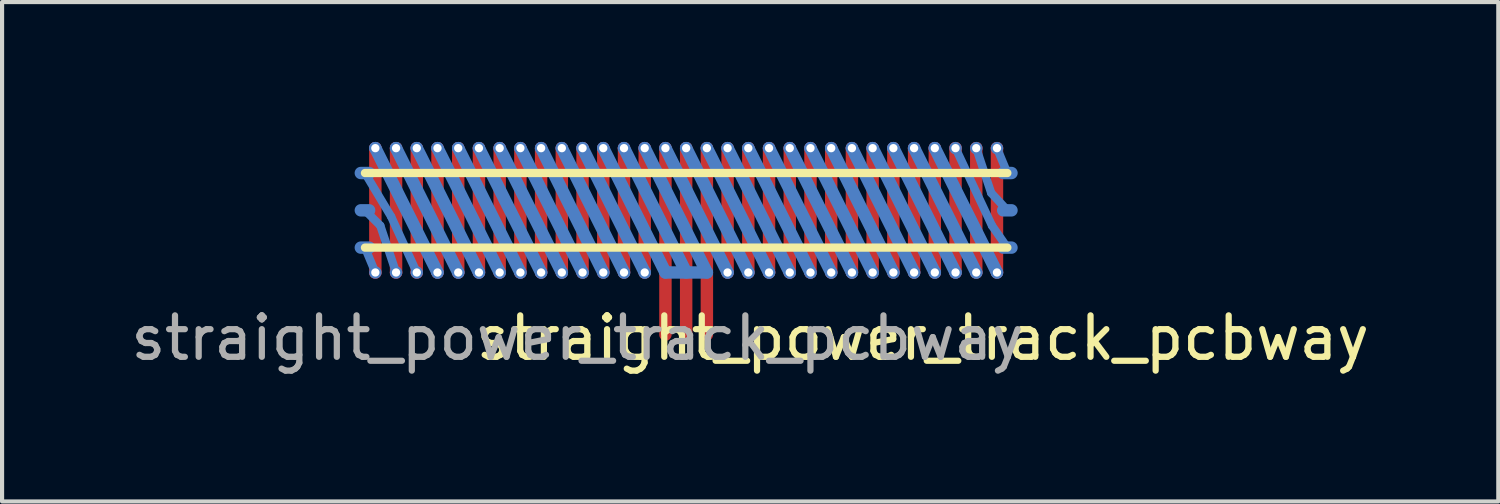
<source format=kicad_pcb>
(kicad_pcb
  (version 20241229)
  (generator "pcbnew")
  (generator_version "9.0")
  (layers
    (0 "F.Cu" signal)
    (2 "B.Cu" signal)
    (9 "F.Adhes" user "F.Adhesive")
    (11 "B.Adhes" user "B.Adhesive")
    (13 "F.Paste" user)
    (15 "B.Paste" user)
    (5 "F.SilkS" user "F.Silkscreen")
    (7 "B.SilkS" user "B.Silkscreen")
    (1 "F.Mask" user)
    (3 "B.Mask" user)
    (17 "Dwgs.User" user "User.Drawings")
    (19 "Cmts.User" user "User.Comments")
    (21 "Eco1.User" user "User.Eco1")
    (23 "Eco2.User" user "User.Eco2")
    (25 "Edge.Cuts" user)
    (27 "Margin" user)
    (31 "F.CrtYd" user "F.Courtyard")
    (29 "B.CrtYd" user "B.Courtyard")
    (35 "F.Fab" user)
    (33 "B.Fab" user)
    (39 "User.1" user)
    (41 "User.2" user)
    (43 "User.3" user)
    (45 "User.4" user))
  (footprint "straight_power_track_pcbway"
    (layer "F.Cu")
    (at 13.507 2.025)
    (property "Reference" "straight_power_track_pcbway" (at 5.71 3.08 0) (unlocked yes) (layer "F.SilkS") (effects (font (size 1 1) (thickness 0.15))))
    (attr smd)
    (fp_line (start -7.5 -1.5) (end -7.5 1.5) (stroke (width 0.3) (type solid)) (layer "F.Cu"))
    (fp_line (start -7 -1.5) (end -7 1.5) (stroke (width 0.3) (type solid)) (layer "F.Cu"))
    (fp_line (start -6.5 -1.5) (end -6.5 1.5) (stroke (width 0.3) (type solid)) (layer "F.Cu"))
    (fp_line (start -6 -1.5) (end -6 1.5) (stroke (width 0.3) (type solid)) (layer "F.Cu"))
    (fp_line (start -5.5 -1.5) (end -5.5 1.5) (stroke (width 0.3) (type solid)) (layer "F.Cu"))
    (fp_line (start -5 -1.5) (end -5 1.5) (stroke (width 0.3) (type solid)) (layer "F.Cu"))
    (fp_line (start -4.5 -1.5) (end -4.5 1.5) (stroke (width 0.3) (type solid)) (layer "F.Cu"))
    (fp_line (start -4 -1.5) (end -4 1.5) (stroke (width 0.3) (type solid)) (layer "F.Cu"))
    (fp_line (start -3.5 -1.5) (end -3.5 1.5) (stroke (width 0.3) (type solid)) (layer "F.Cu"))
    (fp_line (start -3 -1.5) (end -3 1.5) (stroke (width 0.3) (type solid)) (layer "F.Cu"))
    (fp_line (start -2.5 -1.5) (end -2.5 1.5) (stroke (width 0.3) (type solid)) (layer "F.Cu"))
    (fp_line (start -2 -1.5) (end -2 1.5) (stroke (width 0.3) (type solid)) (layer "F.Cu"))
    (fp_line (start -1.5 -1.5) (end -1.5 1.5) (stroke (width 0.3) (type solid)) (layer "F.Cu"))
    (fp_line (start -1 -1.5) (end -1 1.5) (stroke (width 0.3) (type solid)) (layer "F.Cu"))
    (fp_line (start -0.5 -1.5) (end -0.5 3) (stroke (width 0.3) (type solid)) (layer "F.Cu"))
    (fp_line (start 0 -1.5) (end 0 3) (stroke (width 0.3) (type solid)) (layer "F.Cu"))
    (fp_line (start 0.5 -1.5) (end 0.5 3) (stroke (width 0.3) (type solid)) (layer "F.Cu"))
    (fp_line (start 1 -1.5) (end 1 1.5) (stroke (width 0.3) (type solid)) (layer "F.Cu"))
    (fp_line (start 1.5 -1.5) (end 1.5 1.5) (stroke (width 0.3) (type solid)) (layer "F.Cu"))
    (fp_line (start 2 -1.5) (end 2 1.5) (stroke (width 0.3) (type solid)) (layer "F.Cu"))
    (fp_line (start 2.5 -1.5) (end 2.5 1.5) (stroke (width 0.3) (type solid)) (layer "F.Cu"))
    (fp_line (start 3 -1.5) (end 3 1.5) (stroke (width 0.3) (type solid)) (layer "F.Cu"))
    (fp_line (start 3.5 -1.5) (end 3.5 1.5) (stroke (width 0.3) (type solid)) (layer "F.Cu"))
    (fp_line (start 4 -1.5) (end 4 1.5) (stroke (width 0.3) (type solid)) (layer "F.Cu"))
    (fp_line (start 4.5 -1.5) (end 4.5 1.5) (stroke (width 0.3) (type solid)) (layer "F.Cu"))
    (fp_line (start 5 -1.5) (end 5 1.5) (stroke (width 0.3) (type solid)) (layer "F.Cu"))
    (fp_line (start 5.5 -1.5) (end 5.5 1.5) (stroke (width 0.3) (type solid)) (layer "F.Cu"))
    (fp_line (start 6 -1.5) (end 6 1.5) (stroke (width 0.3) (type solid)) (layer "F.Cu"))
    (fp_line (start 6.5 -1.5) (end 6.5 1.5) (stroke (width 0.3) (type solid)) (layer "F.Cu"))
    (fp_line (start 7 -1.5) (end 7 1.5) (stroke (width 0.3) (type solid)) (layer "F.Cu"))
    (fp_line (start 7.5 -1.5) (end 7.5 1.5) (stroke (width 0.3) (type solid)) (layer "F.Cu"))
    (fp_line (start -7.75 -0.9) (end -7.12 0.15) (stroke (width 0.2) (type default)) (layer "B.Cu"))
    (fp_line (start -7.75 0.9) (end -7.5 1.5) (stroke (width 0.2) (type default)) (layer "B.Cu"))
    (fp_line (start -7.5 -1.5) (end -6 1.5) (stroke (width 0.3) (type solid)) (layer "B.Cu"))
    (fp_line (start -7.38 0.37) (end -7.75 0) (stroke (width 0.2) (type default)) (layer "B.Cu"))
    (fp_line (start -7.12 0.15) (end -6.5 1.5) (stroke (width 0.2) (type default)) (layer "B.Cu"))
    (fp_line (start -7 -1.5) (end -5.5 1.5) (stroke (width 0.3) (type solid)) (layer "B.Cu"))
    (fp_line (start -7 1.5) (end -7.38 0.37) (stroke (width 0.2) (type default)) (layer "B.Cu"))
    (fp_line (start -6.5 -1.5) (end -5 1.5) (stroke (width 0.3) (type solid)) (layer "B.Cu"))
    (fp_line (start -6 -1.5) (end -4.5 1.5) (stroke (width 0.3) (type solid)) (layer "B.Cu"))
    (fp_line (start -5.5 -1.5) (end -4 1.5) (stroke (width 0.3) (type solid)) (layer "B.Cu"))
    (fp_line (start -5 -1.5) (end -3.5 1.5) (stroke (width 0.3) (type solid)) (layer "B.Cu"))
    (fp_line (start -4.5 -1.5) (end -3 1.5) (stroke (width 0.3) (type solid)) (layer "B.Cu"))
    (fp_line (start -4 -1.5) (end -2.5 1.5) (stroke (width 0.3) (type solid)) (layer "B.Cu"))
    (fp_line (start -3.5 -1.5) (end -2 1.5) (stroke (width 0.3) (type solid)) (layer "B.Cu"))
    (fp_line (start -3 -1.5) (end -1.5 1.5) (stroke (width 0.3) (type solid)) (layer "B.Cu"))
    (fp_line (start -2.5 -1.5) (end -1 1.5) (stroke (width 0.3) (type solid)) (layer "B.Cu"))
    (fp_line (start -2 -1.5) (end -0.5 1.5) (stroke (width 0.3) (type solid)) (layer "B.Cu"))
    (fp_line (start -1.5 -1.5) (end 0 1.5) (stroke (width 0.3) (type solid)) (layer "B.Cu"))
    (fp_line (start -1 -1.5) (end 0.5 1.5) (stroke (width 0.3) (type solid)) (layer "B.Cu"))
    (fp_line (start -0.5 -1.5) (end 1 1.5) (stroke (width 0.3) (type solid)) (layer "B.Cu"))
    (fp_line (start -0.5 1.5) (end 0.5 1.5) (stroke (width 0.3) (type solid)) (layer "B.Cu"))
    (fp_line (start 0 -1.5) (end 1.5 1.5) (stroke (width 0.3) (type solid)) (layer "B.Cu"))
    (fp_line (start 0.5 -1.5) (end 2 1.5) (stroke (width 0.3) (type solid)) (layer "B.Cu"))
    (fp_line (start 1 -1.5) (end 2.5 1.5) (stroke (width 0.3) (type solid)) (layer "B.Cu"))
    (fp_line (start 1.5 -1.5) (end 3 1.5) (stroke (width 0.3) (type solid)) (layer "B.Cu"))
    (fp_line (start 2 -1.5) (end 3.5 1.5) (stroke (width 0.3) (type solid)) (layer "B.Cu"))
    (fp_line (start 2.5 -1.5) (end 4 1.5) (stroke (width 0.3) (type solid)) (layer "B.Cu"))
    (fp_line (start 3 -1.5) (end 4.5 1.5) (stroke (width 0.3) (type solid)) (layer "B.Cu"))
    (fp_line (start 3.5 -1.5) (end 5 1.5) (stroke (width 0.3) (type solid)) (layer "B.Cu"))
    (fp_line (start 4 -1.5) (end 5.5 1.5) (stroke (width 0.3) (type solid)) (layer "B.Cu"))
    (fp_line (start 4.5 -1.5) (end 6 1.5) (stroke (width 0.3) (type solid)) (layer "B.Cu"))
    (fp_line (start 5 -1.5) (end 6.5 1.5) (stroke (width 0.3) (type solid)) (layer "B.Cu"))
    (fp_line (start 5.5 -1.5) (end 7 1.5) (stroke (width 0.3) (type solid)) (layer "B.Cu"))
    (fp_line (start 6 -1.5) (end 7.5 1.5) (stroke (width 0.3) (type solid)) (layer "B.Cu"))
    (fp_line (start 6.5 -1.5) (end 7.38 0.37) (stroke (width 0.2) (type default)) (layer "B.Cu"))
    (fp_line (start 7 -1.5) (end 7.36 -0.42) (stroke (width 0.2) (type default)) (layer "B.Cu"))
    (fp_line (start 7.36 -0.42) (end 7.75 0) (stroke (width 0.2) (type default)) (layer "B.Cu"))
    (fp_line (start 7.38 0.37) (end 7.75 0.9) (stroke (width 0.2) (type default)) (layer "B.Cu"))
    (fp_line (start 7.5 -1.5) (end 7.75 -0.9) (stroke (width 0.2) (type default)) (layer "B.Cu"))
    (fp_line (start -7.75 -0.9) (end 7.75 -0.9) (stroke (width 0.2) (type solid)) (layer "F.SilkS"))
    (fp_line (start -7.75 0.9) (end 7.75 0.9) (stroke (width 0.2) (type solid)) (layer "F.SilkS"))
    (fp_rect (start -7.75 -2) (end 7.75 2) (stroke (width 0.05) (type solid)) (fill no) (layer "User.1"))
    (fp_rect (start -2 2) (end 2 4) (stroke (width 0.05) (type solid)) (fill no) (layer "User.1"))
    (fp_line (start -9 -1.5) (end -7.5 1.5) (stroke (width 0.3) (type solid)) (layer "User.4"))
    (fp_line (start -8.5 -1.5) (end -7 1.5) (stroke (width 0.3) (type solid)) (layer "User.4"))
    (fp_line (start -8 -1.5) (end -6.5 1.5) (stroke (width 0.3) (type solid)) (layer "User.4"))
    (fp_line (start 6.5 -1.5) (end 8 1.5) (stroke (width 0.3) (type solid)) (layer "User.4"))
    (fp_line (start 7 -1.5) (end 8.5 1.5) (stroke (width 0.3) (type solid)) (layer "User.4"))
    (fp_line (start 7.5 -1.5) (end 9 1.5) (stroke (width 0.3) (type solid)) (layer "User.4"))
    (fp_text user "${REFERENCE}" (at -2.62 3.08 0) (unlocked yes) (layer "F.Fab") (effects (font (size 1 1) (thickness 0.15))))
    (pad "1" smd oval (at -7.75 -0.9 90) (size 0.3 0.5) (layers "B.Cu" "B.Mask" "B.Paste"))
    (pad "1" thru_hole circle (at -6.5 -1.5) (size 0.3 0.3) (drill 0.2) (layers "*.Cu"))
    (pad "1" thru_hole circle (at -6.5 1.5) (size 0.3 0.3) (drill 0.2) (layers "*.Cu"))
    (pad "1" thru_hole circle (at -5 -1.5) (size 0.3 0.3) (drill 0.2) (layers "*.Cu"))
    (pad "1" thru_hole circle (at -5 1.5) (size 0.3 0.3) (drill 0.2) (layers "*.Cu"))
    (pad "1" thru_hole circle (at -3.5 -1.5) (size 0.3 0.3) (drill 0.2) (layers "*.Cu"))
    (pad "1" thru_hole circle (at -3.5 1.5) (size 0.3 0.3) (drill 0.2) (layers "*.Cu"))
    (pad "1" thru_hole circle (at -2 -1.5) (size 0.3 0.3) (drill 0.2) (layers "*.Cu"))
    (pad "1" thru_hole circle (at -2 1.5) (size 0.3 0.3) (drill 0.2) (layers "*.Cu"))
    (pad "1" thru_hole circle (at -0.5 -1.5) (size 0.3 0.3) (drill 0.2) (layers "*.Cu"))
    (pad "1" thru_hole circle (at 1 -1.5) (size 0.3 0.3) (drill 0.2) (layers "*.Cu"))
    (pad "1" thru_hole circle (at 1 1.5) (size 0.3 0.3) (drill 0.2) (layers "*.Cu"))
    (pad "1" thru_hole circle (at 2.5 -1.5) (size 0.3 0.3) (drill 0.2) (layers "*.Cu"))
    (pad "1" thru_hole circle (at 2.5 1.5) (size 0.3 0.3) (drill 0.2) (layers "*.Cu"))
    (pad "1" thru_hole circle (at 4 -1.5) (size 0.3 0.3) (drill 0.2) (layers "*.Cu"))
    (pad "1" thru_hole circle (at 4 1.5) (size 0.3 0.3) (drill 0.2) (layers "*.Cu"))
    (pad "1" thru_hole circle (at 5.5 -1.5) (size 0.3 0.3) (drill 0.2) (layers "*.Cu"))
    (pad "1" thru_hole circle (at 5.5 1.5) (size 0.3 0.3) (drill 0.2) (layers "*.Cu"))
    (pad "1" thru_hole circle (at 7 -1.5) (size 0.3 0.3) (drill 0.2) (layers "*.Cu"))
    (pad "1" thru_hole circle (at 7 1.5) (size 0.3 0.3) (drill 0.2) (layers "*.Cu"))
    (pad "1" smd oval (at 7.75 0 90) (size 0.3 0.5) (layers "B.Cu" "B.Mask" "B.Paste"))
    (pad "2" smd oval (at -7.75 0.9 90) (size 0.3 0.5) (layers "B.Cu" "B.Mask" "B.Paste"))
    (pad "2" thru_hole circle (at -7.5 -1.5) (size 0.3 0.3) (drill 0.2) (layers "*.Cu"))
    (pad "2" thru_hole circle (at -7.5 1.5) (size 0.3 0.3) (drill 0.2) (layers "*.Cu"))
    (pad "2" thru_hole circle (at -6 -1.5) (size 0.3 0.3) (drill 0.2) (layers "*.Cu"))
    (pad "2" thru_hole circle (at -6 1.5) (size 0.3 0.3) (drill 0.2) (layers "*.Cu"))
    (pad "2" thru_hole circle (at -4.5 -1.5) (size 0.3 0.3) (drill 0.2) (layers "*.Cu"))
    (pad "2" thru_hole circle (at -4.5 1.5) (size 0.3 0.3) (drill 0.2) (layers "*.Cu"))
    (pad "2" thru_hole circle (at -3 -1.5) (size 0.3 0.3) (drill 0.2) (layers "*.Cu"))
    (pad "2" thru_hole circle (at -3 1.5) (size 0.3 0.3) (drill 0.2) (layers "*.Cu"))
    (pad "2" thru_hole circle (at -1.5 -1.5) (size 0.3 0.3) (drill 0.2) (layers "*.Cu"))
    (pad "2" thru_hole circle (at -1.5 1.5) (size 0.3 0.3) (drill 0.2) (layers "*.Cu"))
    (pad "2" thru_hole circle (at 0 -1.5) (size 0.3 0.3) (drill 0.2) (layers "*.Cu"))
    (pad "2" thru_hole circle (at 1.5 -1.5) (size 0.3 0.3) (drill 0.2) (layers "*.Cu"))
    (pad "2" thru_hole circle (at 1.5 1.5) (size 0.3 0.3) (drill 0.2) (layers "*.Cu"))
    (pad "2" thru_hole circle (at 3 -1.5) (size 0.3 0.3) (drill 0.2) (layers "*.Cu"))
    (pad "2" thru_hole circle (at 3 1.5) (size 0.3 0.3) (drill 0.2) (layers "*.Cu"))
    (pad "2" thru_hole circle (at 4.5 -1.5) (size 0.3 0.3) (drill 0.2) (layers "*.Cu"))
    (pad "2" thru_hole circle (at 4.5 1.5) (size 0.3 0.3) (drill 0.2) (layers "*.Cu"))
    (pad "2" thru_hole circle (at 6 -1.5) (size 0.3 0.3) (drill 0.2) (layers "*.Cu"))
    (pad "2" thru_hole circle (at 6 1.5) (size 0.3 0.3) (drill 0.2) (layers "*.Cu"))
    (pad "2" thru_hole circle (at 7.5 -1.5) (size 0.3 0.3) (drill 0.2) (layers "*.Cu"))
    (pad "2" thru_hole circle (at 7.5 1.5) (size 0.3 0.3) (drill 0.2) (layers "*.Cu"))
    (pad "2" smd oval (at 7.75 -0.9 90) (size 0.3 0.5) (layers "B.Cu" "B.Mask" "B.Paste"))
    (pad "3" smd oval (at -7.75 0 90) (size 0.3 0.5) (layers "B.Cu" "B.Mask" "B.Paste"))
    (pad "3" thru_hole circle (at -7 -1.5) (size 0.3 0.3) (drill 0.2) (layers "*.Cu"))
    (pad "3" thru_hole circle (at -7 1.5) (size 0.3 0.3) (drill 0.2) (layers "*.Cu"))
    (pad "3" thru_hole circle (at -5.5 -1.5) (size 0.3 0.3) (drill 0.2) (layers "*.Cu"))
    (pad "3" thru_hole circle (at -5.5 1.5) (size 0.3 0.3) (drill 0.2) (layers "*.Cu"))
    (pad "3" thru_hole circle (at -4 -1.5) (size 0.3 0.3) (drill 0.2) (layers "*.Cu"))
    (pad "3" thru_hole circle (at -4 1.5) (size 0.3 0.3) (drill 0.2) (layers "*.Cu"))
    (pad "3" thru_hole circle (at -2.5 -1.5) (size 0.3 0.3) (drill 0.2) (layers "*.Cu"))
    (pad "3" thru_hole circle (at -2.5 1.5) (size 0.3 0.3) (drill 0.2) (layers "*.Cu"))
    (pad "3" thru_hole circle (at -1 -1.5) (size 0.3 0.3) (drill 0.2) (layers "*.Cu"))
    (pad "3" thru_hole circle (at -1 1.5) (size 0.3 0.3) (drill 0.2) (layers "*.Cu"))
    (pad "3" thru_hole circle (at 0.5 -1.5) (size 0.3 0.3) (drill 0.2) (layers "*.Cu"))
    (pad "3" thru_hole circle (at 2 -1.5) (size 0.3 0.3) (drill 0.2) (layers "*.Cu"))
    (pad "3" thru_hole circle (at 2 1.5) (size 0.3 0.3) (drill 0.2) (layers "*.Cu"))
    (pad "3" thru_hole circle (at 3.5 -1.5) (size 0.3 0.3) (drill 0.2) (layers "*.Cu"))
    (pad "3" thru_hole circle (at 3.5 1.5) (size 0.3 0.3) (drill 0.2) (layers "*.Cu"))
    (pad "3" thru_hole circle (at 5 -1.5) (size 0.3 0.3) (drill 0.2) (layers "*.Cu"))
    (pad "3" thru_hole circle (at 5 1.5) (size 0.3 0.3) (drill 0.2) (layers "*.Cu"))
    (pad "3" thru_hole circle (at 6.5 -1.5) (size 0.3 0.3) (drill 0.2) (layers "*.Cu"))
    (pad "3" thru_hole circle (at 6.5 1.5) (size 0.3 0.3) (drill 0.2) (layers "*.Cu"))
    (pad "3" smd oval (at 7.75 0.9 90) (size 0.3 0.5) (layers "B.Cu" "B.Mask" "B.Paste")))
  (gr_rect
    (start -3 -3)
    (end 33.104 9.05)
    (stroke (width 0.1) (type default))
    (fill no)
    (layer "Edge.Cuts")))
</source>
